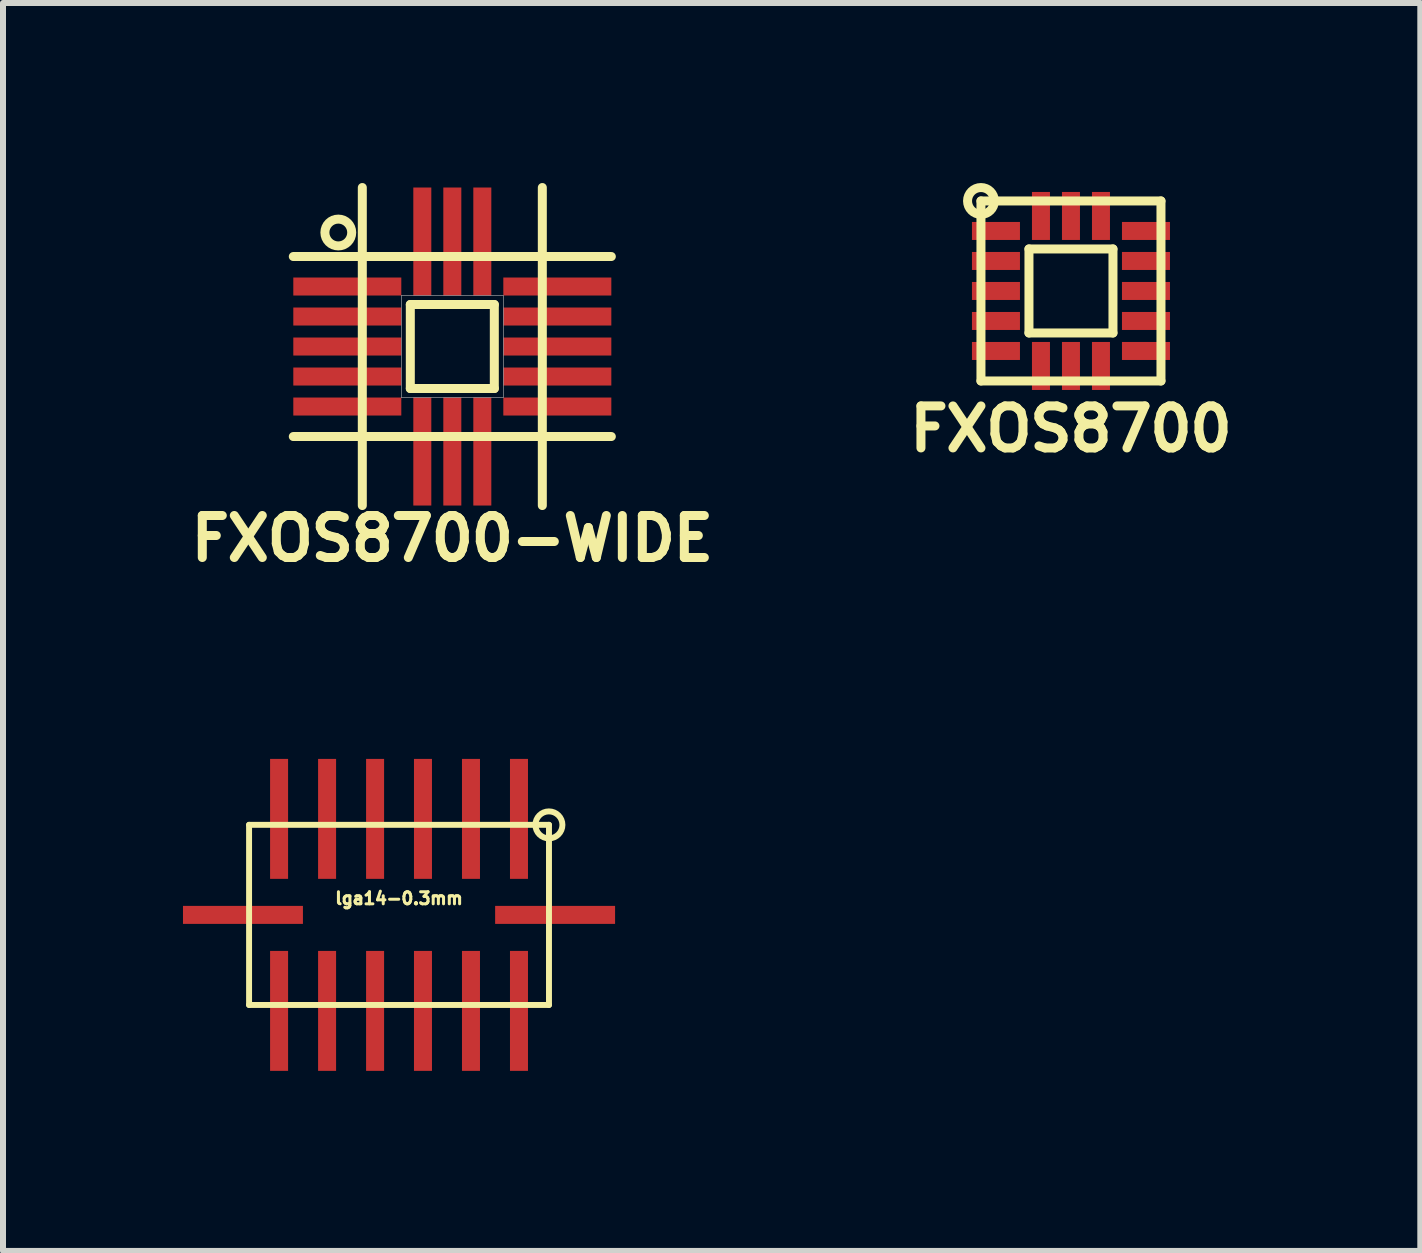
<source format=kicad_pcb>
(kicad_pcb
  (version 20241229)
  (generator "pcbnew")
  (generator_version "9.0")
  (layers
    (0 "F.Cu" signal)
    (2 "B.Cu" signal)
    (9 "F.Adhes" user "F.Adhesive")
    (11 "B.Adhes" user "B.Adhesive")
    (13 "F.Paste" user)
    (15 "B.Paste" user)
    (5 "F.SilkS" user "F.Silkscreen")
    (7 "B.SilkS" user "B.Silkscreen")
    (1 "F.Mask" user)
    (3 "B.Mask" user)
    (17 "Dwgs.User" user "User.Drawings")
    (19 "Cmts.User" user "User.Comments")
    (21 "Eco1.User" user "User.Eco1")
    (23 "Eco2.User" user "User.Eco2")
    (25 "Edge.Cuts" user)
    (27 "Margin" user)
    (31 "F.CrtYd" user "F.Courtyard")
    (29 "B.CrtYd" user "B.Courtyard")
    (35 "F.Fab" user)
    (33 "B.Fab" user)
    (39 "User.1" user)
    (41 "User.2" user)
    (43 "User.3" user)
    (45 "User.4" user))
  (footprint "FXOS8700-WIDE"
    (layer "F.Cu")
    (at 4.488 2.725)
    (property "Reference" "FXOS8700-WIDE" (at 0 3.2 0) (layer "F.SilkS") (effects (font (size 0.7 0.7) (thickness 0.15))))
    (attr through_hole)
    (fp_line (start -1.5 -1.5) (end -2.65 -1.5) (stroke (width 0.15) (type solid)) (layer "F.SilkS"))
    (fp_line (start -1.5 -1.5) (end -1.5 -2.65) (stroke (width 0.15) (type solid)) (layer "F.SilkS"))
    (fp_line (start -1.5 -1.5) (end 1.5 -1.5) (stroke (width 0.15) (type solid)) (layer "F.SilkS"))
    (fp_line (start -1.5 1.5) (end -2.65 1.5) (stroke (width 0.15) (type solid)) (layer "F.SilkS"))
    (fp_line (start -1.5 1.5) (end -1.5 -1.5) (stroke (width 0.15) (type solid)) (layer "F.SilkS"))
    (fp_line (start -1.5 1.5) (end -1.5 2.65) (stroke (width 0.15) (type solid)) (layer "F.SilkS"))
    (fp_line (start -0.7 -0.7) (end 0.7 -0.7) (stroke (width 0.15) (type solid)) (layer "F.SilkS"))
    (fp_line (start -0.7 0.7) (end -0.7 -0.7) (stroke (width 0.15) (type solid)) (layer "F.SilkS"))
    (fp_line (start 0.7 -0.7) (end 0.7 0.7) (stroke (width 0.15) (type solid)) (layer "F.SilkS"))
    (fp_line (start 0.7 0.7) (end -0.7 0.7) (stroke (width 0.15) (type solid)) (layer "F.SilkS"))
    (fp_line (start 1.5 -1.5) (end 1.5 -2.65) (stroke (width 0.15) (type solid)) (layer "F.SilkS"))
    (fp_line (start 1.5 -1.5) (end 1.5 1.5) (stroke (width 0.15) (type solid)) (layer "F.SilkS"))
    (fp_line (start 1.5 -1.5) (end 2.65 -1.5) (stroke (width 0.15) (type solid)) (layer "F.SilkS"))
    (fp_line (start 1.5 1.5) (end -1.5 1.5) (stroke (width 0.15) (type solid)) (layer "F.SilkS"))
    (fp_line (start 1.5 1.5) (end 1.5 2.65) (stroke (width 0.15) (type solid)) (layer "F.SilkS"))
    (fp_line (start 1.5 1.5) (end 2.65 1.5) (stroke (width 0.15) (type solid)) (layer "F.SilkS"))
    (fp_circle (center -1.9 -1.9) (end -1.7 -2) (stroke (width 0.15) (type solid)) (fill no) (layer "F.SilkS"))
    (fp_line (start -0.85 -0.85) (end 0.85 -0.85) (stroke (width 0.01) (type solid)) (layer "F.Fab"))
    (fp_line (start -0.85 0.85) (end -0.85 -0.85) (stroke (width 0.01) (type solid)) (layer "F.Fab"))
    (fp_line (start 0.85 -0.85) (end 0.85 0.85) (stroke (width 0.01) (type solid)) (layer "F.Fab"))
    (fp_line (start 0.85 0.85) (end -0.85 0.85) (stroke (width 0.01) (type solid)) (layer "F.Fab"))
    (pad "1" smd rect (at -1.75 -1) (size 1.8 0.3) (layers "F.Cu" "F.Mask" "F.Paste"))
    (pad "2" smd rect (at -1.75 -0.5) (size 1.8 0.3) (layers "F.Cu" "F.Mask" "F.Paste"))
    (pad "3" smd rect (at -1.75 0) (size 1.8 0.3) (layers "F.Cu" "F.Mask" "F.Paste"))
    (pad "4" smd rect (at -1.75 0.5) (size 1.8 0.3) (layers "F.Cu" "F.Mask" "F.Paste"))
    (pad "5" smd rect (at -1.75 1) (size 1.8 0.3) (layers "F.Cu" "F.Mask" "F.Paste"))
    (pad "6" smd rect (at -0.5 1.75) (size 0.3 1.8) (layers "F.Cu" "F.Mask" "F.Paste"))
    (pad "7" smd rect (at 0 1.75) (size 0.3 1.8) (layers "F.Cu" "F.Mask" "F.Paste"))
    (pad "8" smd rect (at 0.5 1.75) (size 0.3 1.8) (layers "F.Cu" "F.Mask" "F.Paste"))
    (pad "9" smd rect (at 1.75 1) (size 1.8 0.3) (layers "F.Cu" "F.Mask" "F.Paste"))
    (pad "10" smd rect (at 1.75 0.5) (size 1.8 0.3) (layers "F.Cu" "F.Mask" "F.Paste"))
    (pad "11" smd rect (at 1.75 0) (size 1.8 0.3) (layers "F.Cu" "F.Mask" "F.Paste"))
    (pad "12" smd rect (at 1.75 -0.5) (size 1.8 0.3) (layers "F.Cu" "F.Mask" "F.Paste"))
    (pad "13" smd rect (at 1.75 -1) (size 1.8 0.3) (layers "F.Cu" "F.Mask" "F.Paste"))
    (pad "14" smd rect (at 0.5 -1.75) (size 0.3 1.8) (layers "F.Cu" "F.Mask" "F.Paste"))
    (pad "15" smd rect (at 0 -1.75) (size 0.3 1.8) (layers "F.Cu" "F.Mask" "F.Paste"))
    (pad "16" smd rect (at -0.5 -1.75) (size 0.3 1.8) (layers "F.Cu" "F.Mask" "F.Paste")))
  (footprint "FXOS8700"
    (layer "F.Cu")
    (at 14.798 1.799)
    (property "Reference" "FXOS8700" (at 0 2.3 0) (layer "F.SilkS") (effects (font (size 0.7 0.7) (thickness 0.15))))
    (attr through_hole)
    (fp_line (start -1.5 -1.5) (end 1.5 -1.5) (stroke (width 0.15) (type solid)) (layer "F.SilkS"))
    (fp_line (start -1.5 1.5) (end -1.5 -1.5) (stroke (width 0.15) (type solid)) (layer "F.SilkS"))
    (fp_line (start -0.7 -0.7) (end 0.7 -0.7) (stroke (width 0.15) (type solid)) (layer "F.SilkS"))
    (fp_line (start -0.7 0.7) (end -0.7 -0.7) (stroke (width 0.15) (type solid)) (layer "F.SilkS"))
    (fp_line (start 0.7 -0.7) (end 0.7 0.7) (stroke (width 0.15) (type solid)) (layer "F.SilkS"))
    (fp_line (start 0.7 0.7) (end -0.7 0.7) (stroke (width 0.15) (type solid)) (layer "F.SilkS"))
    (fp_line (start 1.5 -1.5) (end 1.5 1.5) (stroke (width 0.15) (type solid)) (layer "F.SilkS"))
    (fp_line (start 1.5 1.5) (end -1.5 1.5) (stroke (width 0.15) (type solid)) (layer "F.SilkS"))
    (fp_circle (center -1.5 -1.5) (end -1.3 -1.6) (stroke (width 0.15) (type solid)) (fill no) (layer "F.SilkS"))
    (pad "1" smd rect (at -1.25 -1) (size 0.8 0.3) (layers "F.Cu" "F.Mask" "F.Paste"))
    (pad "2" smd rect (at -1.25 -0.5) (size 0.8 0.3) (layers "F.Cu" "F.Mask" "F.Paste"))
    (pad "3" smd rect (at -1.25 0) (size 0.8 0.3) (layers "F.Cu" "F.Mask" "F.Paste"))
    (pad "4" smd rect (at -1.25 0.5) (size 0.8 0.3) (layers "F.Cu" "F.Mask" "F.Paste"))
    (pad "5" smd rect (at -1.25 1) (size 0.8 0.3) (layers "F.Cu" "F.Mask" "F.Paste"))
    (pad "6" smd rect (at -0.5 1.25) (size 0.3 0.8) (layers "F.Cu" "F.Mask" "F.Paste"))
    (pad "7" smd rect (at 0 1.25) (size 0.3 0.8) (layers "F.Cu" "F.Mask" "F.Paste"))
    (pad "8" smd rect (at 0.5 1.25) (size 0.3 0.8) (layers "F.Cu" "F.Mask" "F.Paste"))
    (pad "9" smd rect (at 1.25 1) (size 0.8 0.3) (layers "F.Cu" "F.Mask" "F.Paste"))
    (pad "10" smd rect (at 1.25 0.5) (size 0.8 0.3) (layers "F.Cu" "F.Mask" "F.Paste"))
    (pad "11" smd rect (at 1.25 0) (size 0.8 0.3) (layers "F.Cu" "F.Mask" "F.Paste"))
    (pad "12" smd rect (at 1.25 -0.5) (size 0.8 0.3) (layers "F.Cu" "F.Mask" "F.Paste"))
    (pad "13" smd rect (at 1.25 -1) (size 0.8 0.3) (layers "F.Cu" "F.Mask" "F.Paste"))
    (pad "14" smd rect (at 0.5 -1.25) (size 0.3 0.8) (layers "F.Cu" "F.Mask" "F.Paste"))
    (pad "15" smd rect (at 0 -1.25) (size 0.3 0.8) (layers "F.Cu" "F.Mask" "F.Paste"))
    (pad "16" smd rect (at -0.5 -1.25) (size 0.3 0.8) (layers "F.Cu" "F.Mask" "F.Paste")))
  (footprint "lga14-0.3mm"
    (layer "F.Cu")
    (at 3.6 12.197)
    (property "Reference" "lga14-0.3mm" (at 0 -0.275 0) (layer "F.SilkS") (effects (font (size 0.201 0.201) (thickness 0.051))))
    (attr through_hole)
    (fp_line (start -2.499 -1.501) (end 2.499 -1.501) (stroke (width 0.099) (type solid)) (layer "F.SilkS"))
    (fp_line (start -2.499 1.501) (end -2.499 -1.501) (stroke (width 0.099) (type solid)) (layer "F.SilkS"))
    (fp_line (start 2.499 -1.501) (end 2.499 1.501) (stroke (width 0.099) (type solid)) (layer "F.SilkS"))
    (fp_line (start 2.499 1.501) (end -2.499 1.501) (stroke (width 0.099) (type solid)) (layer "F.SilkS"))
    (fp_circle (center 2.498 -1.5) (end 2.699 -1.601) (stroke (width 0.099) (type solid)) (fill no) (layer "F.SilkS"))
    (pad "1" smd rect (at 1.999 -1.6) (size 0.3 1.999) (layers "F.Cu" "F.Mask" "F.Paste"))
    (pad "2" smd rect (at 1.199 -1.6) (size 0.3 1.999) (layers "F.Cu" "F.Mask" "F.Paste"))
    (pad "3" smd rect (at 0.399 -1.6) (size 0.3 1.999) (layers "F.Cu" "F.Mask" "F.Paste"))
    (pad "4" smd rect (at -0.399 -1.6) (size 0.3 1.999) (layers "F.Cu" "F.Mask" "F.Paste"))
    (pad "5" smd rect (at -1.199 -1.6) (size 0.3 1.999) (layers "F.Cu" "F.Mask" "F.Paste"))
    (pad "6" smd rect (at -1.999 -1.6) (size 0.3 1.999) (layers "F.Cu" "F.Mask" "F.Paste"))
    (pad "7" smd rect (at -2.601 0) (size 1.999 0.3) (layers "F.Cu" "F.Mask" "F.Paste"))
    (pad "8" smd rect (at -1.999 1.6) (size 0.3 1.999) (layers "F.Cu" "F.Mask" "F.Paste"))
    (pad "9" smd rect (at -1.199 1.6) (size 0.3 1.999) (layers "F.Cu" "F.Mask" "F.Paste"))
    (pad "10" smd rect (at -0.399 1.6) (size 0.3 1.999) (layers "F.Cu" "F.Mask" "F.Paste"))
    (pad "11" smd rect (at 0.399 1.6) (size 0.3 1.999) (layers "F.Cu" "F.Mask" "F.Paste"))
    (pad "12" smd rect (at 1.199 1.6) (size 0.3 1.999) (layers "F.Cu" "F.Mask" "F.Paste"))
    (pad "13" smd rect (at 1.999 1.6) (size 0.3 1.999) (layers "F.Cu" "F.Mask" "F.Paste"))
    (pad "14" smd rect (at 2.601 0) (size 1.999 0.3) (layers "F.Cu" "F.Mask" "F.Paste")))
  (gr_rect
    (start -3 -3)
    (end 20.62 17.797)
    (stroke (width 0.1) (type default))
    (fill no)
    (layer "Edge.Cuts")))
</source>
